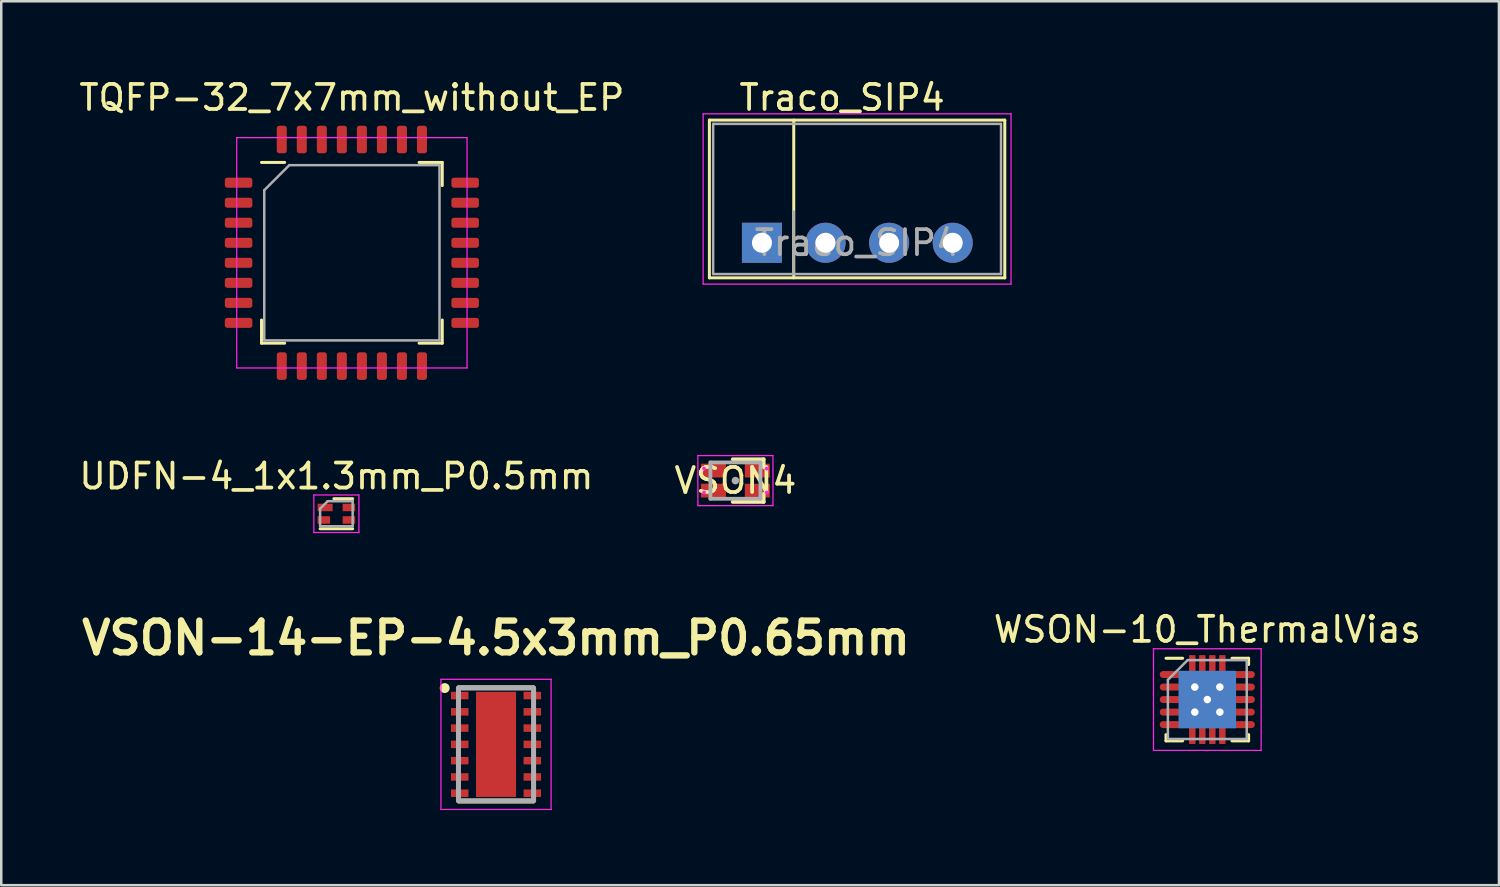
<source format=kicad_pcb>
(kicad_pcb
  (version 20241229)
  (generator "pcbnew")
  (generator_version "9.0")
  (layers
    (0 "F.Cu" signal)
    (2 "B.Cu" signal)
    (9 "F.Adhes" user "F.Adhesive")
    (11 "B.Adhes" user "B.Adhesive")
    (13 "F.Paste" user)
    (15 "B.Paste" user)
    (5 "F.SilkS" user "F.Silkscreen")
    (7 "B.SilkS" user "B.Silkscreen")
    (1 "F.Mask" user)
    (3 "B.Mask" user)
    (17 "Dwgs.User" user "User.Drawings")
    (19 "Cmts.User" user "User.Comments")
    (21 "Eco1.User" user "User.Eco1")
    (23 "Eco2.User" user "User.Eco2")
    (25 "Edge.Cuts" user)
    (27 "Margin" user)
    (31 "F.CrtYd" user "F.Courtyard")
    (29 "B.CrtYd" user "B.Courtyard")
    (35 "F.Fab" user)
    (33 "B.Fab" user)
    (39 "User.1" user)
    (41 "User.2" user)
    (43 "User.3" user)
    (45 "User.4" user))
  (footprint "TQFP-32_7x7mm_without_EP"
    (layer "F.Cu")
    (at 11.006 7.048)
    (property "Reference" "TQFP-32_7x7mm_without_EP" (at 0 -6.2 0) (layer "F.SilkS") (effects (font (size 1 1) (thickness 0.15))))
    (attr smd)
    (fp_line (start -3.61 3.61) (end -3.61 2.685) (stroke (width 0.12) (type solid)) (layer "F.SilkS"))
    (fp_line (start -2.685 -3.61) (end -3.61 -3.61) (stroke (width 0.12) (type solid)) (layer "F.SilkS"))
    (fp_line (start -2.685 3.61) (end -3.61 3.61) (stroke (width 0.12) (type solid)) (layer "F.SilkS"))
    (fp_line (start 2.685 -3.61) (end 3.61 -3.61) (stroke (width 0.12) (type solid)) (layer "F.SilkS"))
    (fp_line (start 2.685 3.61) (end 3.61 3.61) (stroke (width 0.12) (type solid)) (layer "F.SilkS"))
    (fp_line (start 3.61 -3.61) (end 3.61 -2.685) (stroke (width 0.12) (type solid)) (layer "F.SilkS"))
    (fp_line (start 3.61 3.61) (end 3.61 2.685) (stroke (width 0.12) (type solid)) (layer "F.SilkS"))
    (fp_line (start -4.6 -4.6) (end -4.6 4.6) (stroke (width 0.05) (type solid)) (layer "F.CrtYd"))
    (fp_line (start -4.6 4.6) (end 4.6 4.6) (stroke (width 0.05) (type solid)) (layer "F.CrtYd"))
    (fp_line (start 4.6 -4.6) (end -4.6 -4.6) (stroke (width 0.05) (type solid)) (layer "F.CrtYd"))
    (fp_line (start 4.6 4.6) (end 4.6 -4.6) (stroke (width 0.05) (type solid)) (layer "F.CrtYd"))
    (fp_line (start -3.5 -2.5) (end -2.5 -3.5) (stroke (width 0.1) (type solid)) (layer "F.Fab"))
    (fp_line (start -3.5 3.5) (end -3.5 -2.5) (stroke (width 0.1) (type solid)) (layer "F.Fab"))
    (fp_line (start -2.5 -3.5) (end 3.5 -3.5) (stroke (width 0.1) (type solid)) (layer "F.Fab"))
    (fp_line (start 3.5 -3.5) (end 3.5 3.5) (stroke (width 0.1) (type solid)) (layer "F.Fab"))
    (fp_line (start 3.5 3.5) (end -3.5 3.5) (stroke (width 0.1) (type solid)) (layer "F.Fab"))
    (pad "1" smd roundrect (at -4.525 -2.8) (size 1.1 0.4) (layers "F.Cu" "F.Mask" "F.Paste") (roundrect_rratio 0.25))
    (pad "2" smd roundrect (at -4.525 -2) (size 1.1 0.4) (layers "F.Cu" "F.Mask" "F.Paste") (roundrect_rratio 0.25))
    (pad "3" smd roundrect (at -4.525 -1.2) (size 1.1 0.4) (layers "F.Cu" "F.Mask" "F.Paste") (roundrect_rratio 0.25))
    (pad "4" smd roundrect (at -4.525 -0.4) (size 1.1 0.4) (layers "F.Cu" "F.Mask" "F.Paste") (roundrect_rratio 0.25))
    (pad "5" smd roundrect (at -4.525 0.4) (size 1.1 0.4) (layers "F.Cu" "F.Mask" "F.Paste") (roundrect_rratio 0.25))
    (pad "6" smd roundrect (at -4.525 1.2) (size 1.1 0.4) (layers "F.Cu" "F.Mask" "F.Paste") (roundrect_rratio 0.25))
    (pad "7" smd roundrect (at -4.525 2) (size 1.1 0.4) (layers "F.Cu" "F.Mask" "F.Paste") (roundrect_rratio 0.25))
    (pad "8" smd roundrect (at -4.525 2.8) (size 1.1 0.4) (layers "F.Cu" "F.Mask" "F.Paste") (roundrect_rratio 0.25))
    (pad "9" smd roundrect (at -2.8 4.525 90) (size 1.1 0.4) (layers "F.Cu" "F.Mask" "F.Paste") (roundrect_rratio 0.25))
    (pad "10" smd roundrect (at -2 4.525 90) (size 1.1 0.4) (layers "F.Cu" "F.Mask" "F.Paste") (roundrect_rratio 0.25))
    (pad "11" smd roundrect (at -1.2 4.525 90) (size 1.1 0.4) (layers "F.Cu" "F.Mask" "F.Paste") (roundrect_rratio 0.25))
    (pad "12" smd roundrect (at -0.4 4.525 90) (size 1.1 0.4) (layers "F.Cu" "F.Mask" "F.Paste") (roundrect_rratio 0.25))
    (pad "13" smd roundrect (at 0.4 4.525 90) (size 1.1 0.4) (layers "F.Cu" "F.Mask" "F.Paste") (roundrect_rratio 0.25))
    (pad "14" smd roundrect (at 1.2 4.525 90) (size 1.1 0.4) (layers "F.Cu" "F.Mask" "F.Paste") (roundrect_rratio 0.25))
    (pad "15" smd roundrect (at 2 4.525 90) (size 1.1 0.4) (layers "F.Cu" "F.Mask" "F.Paste") (roundrect_rratio 0.25))
    (pad "16" smd roundrect (at 2.8 4.525 90) (size 1.1 0.4) (layers "F.Cu" "F.Mask" "F.Paste") (roundrect_rratio 0.25))
    (pad "17" smd roundrect (at 4.525 2.8) (size 1.1 0.4) (layers "F.Cu" "F.Mask" "F.Paste") (roundrect_rratio 0.25))
    (pad "18" smd roundrect (at 4.525 2) (size 1.1 0.4) (layers "F.Cu" "F.Mask" "F.Paste") (roundrect_rratio 0.25))
    (pad "19" smd roundrect (at 4.525 1.2) (size 1.1 0.4) (layers "F.Cu" "F.Mask" "F.Paste") (roundrect_rratio 0.25))
    (pad "20" smd roundrect (at 4.525 0.4) (size 1.1 0.4) (layers "F.Cu" "F.Mask" "F.Paste") (roundrect_rratio 0.25))
    (pad "21" smd roundrect (at 4.525 -0.4) (size 1.1 0.4) (layers "F.Cu" "F.Mask" "F.Paste") (roundrect_rratio 0.25))
    (pad "22" smd roundrect (at 4.525 -1.2) (size 1.1 0.4) (layers "F.Cu" "F.Mask" "F.Paste") (roundrect_rratio 0.25))
    (pad "23" smd roundrect (at 4.525 -2) (size 1.1 0.4) (layers "F.Cu" "F.Mask" "F.Paste") (roundrect_rratio 0.25))
    (pad "24" smd roundrect (at 4.525 -2.8) (size 1.1 0.4) (layers "F.Cu" "F.Mask" "F.Paste") (roundrect_rratio 0.25))
    (pad "25" smd roundrect (at 2.8 -4.525 90) (size 1.1 0.4) (layers "F.Cu" "F.Mask" "F.Paste") (roundrect_rratio 0.25))
    (pad "26" smd roundrect (at 2 -4.525 90) (size 1.1 0.4) (layers "F.Cu" "F.Mask" "F.Paste") (roundrect_rratio 0.25))
    (pad "27" smd roundrect (at 1.2 -4.525 90) (size 1.1 0.4) (layers "F.Cu" "F.Mask" "F.Paste") (roundrect_rratio 0.25))
    (pad "28" smd roundrect (at 0.4 -4.525 90) (size 1.1 0.4) (layers "F.Cu" "F.Mask" "F.Paste") (roundrect_rratio 0.25))
    (pad "29" smd roundrect (at -0.4 -4.525 90) (size 1.1 0.4) (layers "F.Cu" "F.Mask" "F.Paste") (roundrect_rratio 0.25))
    (pad "30" smd roundrect (at -1.2 -4.525 90) (size 1.1 0.4) (layers "F.Cu" "F.Mask" "F.Paste") (roundrect_rratio 0.25))
    (pad "31" smd roundrect (at -2 -4.525 90) (size 1.1 0.4) (layers "F.Cu" "F.Mask" "F.Paste") (roundrect_rratio 0.25))
    (pad "32" smd roundrect (at -2.8 -4.525 90) (size 1.1 0.4) (layers "F.Cu" "F.Mask" "F.Paste") (roundrect_rratio 0.25)))
  (footprint "VSON4"
    (layer "F.Cu")
    (at 26.327 16.148)
    (property "Reference" "VSON4" (at 0 0 0) (layer "F.SilkS") (effects (font (size 1 1) (thickness 0.15))))
    (attr through_hole)
    (fp_line (start -0.107 0.852) (end 1.127 0.852) (stroke (width 0.152) (type solid)) (layer "F.SilkS"))
    (fp_line (start 1.127 -0.852) (end -0.107 -0.852) (stroke (width 0.152) (type solid)) (layer "F.SilkS"))
    (fp_line (start 1.127 -0.533) (end 1.127 -0.852) (stroke (width 0.152) (type solid)) (layer "F.SilkS"))
    (fp_line (start 1.127 0.852) (end 1.127 0.533) (stroke (width 0.152) (type solid)) (layer "F.SilkS"))
    (fp_line (start -1.5 -1) (end 1.5 -1) (stroke (width 0.05) (type solid)) (layer "F.CrtYd"))
    (fp_line (start -1.5 1) (end -1.5 -1) (stroke (width 0.05) (type solid)) (layer "F.CrtYd"))
    (fp_line (start -1.254 -0.479) (end -1.254 -0.479) (stroke (width 0.152) (type solid)) (layer "F.CrtYd"))
    (fp_line (start -1.254 0.479) (end -1.254 0.479) (stroke (width 0.152) (type solid)) (layer "F.CrtYd"))
    (fp_line (start 1.254 -0.479) (end 1.254 -0.479) (stroke (width 0.152) (type solid)) (layer "F.CrtYd"))
    (fp_line (start 1.254 0.479) (end 1.254 0.479) (stroke (width 0.152) (type solid)) (layer "F.CrtYd"))
    (fp_line (start 1.5 -1) (end 1.5 1) (stroke (width 0.05) (type solid)) (layer "F.CrtYd"))
    (fp_line (start 1.5 1) (end -1.5 1) (stroke (width 0.05) (type solid)) (layer "F.CrtYd"))
    (fp_line (start -1 -0.725) (end -1 0.725) (stroke (width 0.152) (type solid)) (layer "F.Fab"))
    (fp_line (start -1 0.725) (end 1 0.725) (stroke (width 0.152) (type solid)) (layer "F.Fab"))
    (fp_line (start 1 -0.725) (end -1 -0.725) (stroke (width 0.152) (type solid)) (layer "F.Fab"))
    (fp_line (start 1 0.725) (end 1 -0.725) (stroke (width 0.152) (type solid)) (layer "F.Fab"))
    (fp_circle (center 0 0) (end 0 0) (stroke (width 0.152) (type solid)) (fill no) (layer "F.Fab"))
    (pad "1" smd rect (at -0.875 -0.4) (size 1 0.55) (layers "F.Cu" "F.Mask" "F.Paste"))
    (pad "2" smd rect (at -0.875 0.4) (size 1 0.55) (layers "F.Cu" "F.Mask" "F.Paste"))
    (pad "3" smd rect (at 0.875 0.4) (size 1 0.55) (layers "F.Cu" "F.Mask" "F.Paste"))
    (pad "4" smd rect (at 0.875 -0.4) (size 1 0.55) (layers "F.Cu" "F.Mask" "F.Paste")))
  (footprint "WSON-10_ThermalVias"
    (layer "F.Cu")
    (at 45.177 24.895)
    (property "Reference" "WSON-10_ThermalVias" (at 0 -2.8 0) (layer "F.SilkS") (effects (font (size 1 1) (thickness 0.15))))
    (attr smd)
    (fp_line (start -1.65 -1.65) (end -0.985 -1.65) (stroke (width 0.12) (type solid)) (layer "F.SilkS"))
    (fp_line (start -1.65 1.65) (end -1.65 1.4) (stroke (width 0.12) (type solid)) (layer "F.SilkS"))
    (fp_line (start -1.65 1.65) (end -0.985 1.65) (stroke (width 0.12) (type solid)) (layer "F.SilkS"))
    (fp_line (start 0.985 -1.65) (end 1.65 -1.65) (stroke (width 0.12) (type solid)) (layer "F.SilkS"))
    (fp_line (start 0.985 1.65) (end 1.65 1.65) (stroke (width 0.12) (type solid)) (layer "F.SilkS"))
    (fp_line (start 1.65 -1.4) (end 1.65 -1.65) (stroke (width 0.12) (type solid)) (layer "F.SilkS"))
    (fp_line (start 1.65 1.4) (end 1.65 1.65) (stroke (width 0.12) (type solid)) (layer "F.SilkS"))
    (fp_line (start -2.15 -2.03) (end -2.15 2.03) (stroke (width 0.05) (type solid)) (layer "F.CrtYd"))
    (fp_line (start -2.15 -2.03) (end 2.15 -2.03) (stroke (width 0.05) (type solid)) (layer "F.CrtYd"))
    (fp_line (start -2.15 2.03) (end 2.15 2.03) (stroke (width 0.05) (type solid)) (layer "F.CrtYd"))
    (fp_line (start 2.15 -2.03) (end 2.15 2.03) (stroke (width 0.05) (type solid)) (layer "F.CrtYd"))
    (fp_line (start -1.575 1.575) (end -1.575 -0.787) (stroke (width 0.1) (type solid)) (layer "F.Fab"))
    (fp_line (start -0.787 -1.575) (end -1.575 -0.787) (stroke (width 0.1) (type solid)) (layer "F.Fab"))
    (fp_line (start -0.787 -1.575) (end 1.575 -1.575) (stroke (width 0.1) (type solid)) (layer "F.Fab"))
    (fp_line (start 1.575 -1.575) (end 1.575 1.575) (stroke (width 0.1) (type solid)) (layer "F.Fab"))
    (fp_line (start 1.575 1.575) (end -1.575 1.575) (stroke (width 0.1) (type solid)) (layer "F.Fab"))
    (pad "1" smd oval (at -1.475 -1) (size 0.85 0.28) (layers "F.Cu" "F.Mask" "F.Paste"))
    (pad "2" smd oval (at -1.475 -0.5) (size 0.85 0.28) (layers "F.Cu" "F.Mask" "F.Paste"))
    (pad "3" smd oval (at -1.475 0) (size 0.85 0.28) (layers "F.Cu" "F.Mask" "F.Paste"))
    (pad "4" smd oval (at -1.475 0.5) (size 0.85 0.28) (layers "F.Cu" "F.Mask" "F.Paste"))
    (pad "5" smd oval (at -1.475 1) (size 0.85 0.28) (layers "F.Cu" "F.Mask" "F.Paste"))
    (pad "6" smd oval (at 1.475 1) (size 0.85 0.28) (layers "F.Cu" "F.Mask" "F.Paste"))
    (pad "7" smd oval (at 1.475 0.5) (size 0.85 0.28) (layers "F.Cu" "F.Mask" "F.Paste"))
    (pad "8" smd oval (at 1.475 0) (size 0.85 0.28) (layers "F.Cu" "F.Mask" "F.Paste"))
    (pad "9" smd oval (at 1.475 -0.5) (size 0.85 0.28) (layers "F.Cu" "F.Mask" "F.Paste"))
    (pad "10" smd oval (at 1.475 -1) (size 0.85 0.28) (layers "F.Cu" "F.Mask" "F.Paste"))
    (pad "EP" smd rect (at -0.6 -1.425) (size 0.23 0.6) (layers "F.Cu" "F.Mask" "F.Paste"))
    (pad "EP" smd rect (at -0.6 -1.425) (size 0.25 0.7) (layers "F.Cu" "F.Mask" "F.Paste"))
    (pad "EP" smd rect (at -0.6 1.425) (size 0.23 0.6) (layers "F.Cu" "F.Mask" "F.Paste"))
    (pad "EP" smd rect (at -0.6 1.425) (size 0.25 0.7) (layers "F.Cu" "F.Mask" "F.Paste"))
    (pad "EP" thru_hole circle (at -0.5 -0.5) (size 0.6 0.6) (drill 0.3) (layers "*.Cu" "*.Mask"))
    (pad "EP" thru_hole circle (at -0.5 0.5) (size 0.6 0.6) (drill 0.3) (layers "*.Cu" "*.Mask"))
    (pad "EP" smd rect (at -0.435 -0.56) (size 0.65 0.9) (layers "F.Cu" "F.Mask" "F.Paste"))
    (pad "EP" smd rect (at -0.435 0.56) (size 0.65 0.9) (layers "F.Cu" "F.Mask" "F.Paste"))
    (pad "EP" smd rect (at -0.2 -1.425) (size 0.23 0.6) (layers "F.Cu" "F.Mask" "F.Paste"))
    (pad "EP" smd rect (at -0.2 -1.425) (size 0.25 0.7) (layers "F.Cu" "F.Mask" "F.Paste"))
    (pad "EP" smd rect (at -0.2 1.425) (size 0.23 0.6) (layers "F.Cu" "F.Mask" "F.Paste"))
    (pad "EP" smd rect (at -0.2 1.425) (size 0.25 0.7) (layers "F.Cu" "F.Mask" "F.Paste"))
    (pad "EP" smd rect (at -0.001 0) (size 2.3 2.3) (layers "B.Cu"))
    (pad "EP" thru_hole circle (at 0 0) (size 0.6 0.6) (drill 0.3) (layers "*.Cu" "*.Mask"))
    (pad "EP" smd rect (at 0 0) (size 1.7 2.15) (layers "F.Cu" "F.Mask"))
    (pad "EP" smd rect (at 0.2 -1.425) (size 0.23 0.6) (layers "F.Cu" "F.Mask" "F.Paste"))
    (pad "EP" smd rect (at 0.2 -1.425) (size 0.25 0.7) (layers "F.Cu" "F.Mask" "F.Paste"))
    (pad "EP" smd rect (at 0.2 1.425) (size 0.23 0.6) (layers "F.Cu" "F.Mask" "F.Paste"))
    (pad "EP" smd rect (at 0.2 1.425) (size 0.25 0.7) (layers "F.Cu" "F.Mask" "F.Paste"))
    (pad "EP" smd rect (at 0.435 -0.56) (size 0.65 0.9) (layers "F.Cu" "F.Mask" "F.Paste"))
    (pad "EP" smd rect (at 0.435 0.56) (size 0.65 0.9) (layers "F.Cu" "F.Mask" "F.Paste"))
    (pad "EP" thru_hole circle (at 0.5 -0.5) (size 0.6 0.6) (drill 0.3) (layers "*.Cu" "*.Mask"))
    (pad "EP" thru_hole circle (at 0.5 0.5) (size 0.6 0.6) (drill 0.3) (layers "*.Cu" "*.Mask"))
    (pad "EP" smd rect (at 0.6 -1.425) (size 0.23 0.6) (layers "F.Cu" "F.Mask" "F.Paste"))
    (pad "EP" smd rect (at 0.6 -1.425) (size 0.25 0.7) (layers "F.Cu" "F.Mask" "F.Paste"))
    (pad "EP" smd rect (at 0.6 1.425) (size 0.23 0.6) (layers "F.Cu" "F.Mask" "F.Paste"))
    (pad "EP" smd rect (at 0.6 1.425) (size 0.25 0.7) (layers "F.Cu" "F.Mask" "F.Paste")))
  (footprint "VSON-14-EP-4.5x3mm_P0.65mm"
    (layer "F.Cu")
    (at 16.764 26.685)
    (property "Reference" "VSON-14-EP-4.5x3mm_P0.65mm" (at 0 -4.25 0) (layer "F.SilkS") (effects (font (size 1.27 1.27) (thickness 0.254))))
    (attr smd)
    (fp_line (start -1.5 -2.3) (end 1.5 -2.3) (stroke (width 0.12) (type solid)) (layer "F.SilkS"))
    (fp_line (start -1.5 2.3) (end 1.5 2.3) (stroke (width 0.12) (type solid)) (layer "F.SilkS"))
    (fp_circle (center -2.05 -2.25) (end -1.95 -2.25) (stroke (width 0.2) (type solid)) (fill no) (layer "F.SilkS"))
    (fp_line (start -2.2 -2.6) (end 2.2 -2.6) (stroke (width 0.05) (type solid)) (layer "F.CrtYd"))
    (fp_line (start -2.2 2.6) (end -2.2 -2.6) (stroke (width 0.05) (type solid)) (layer "F.CrtYd"))
    (fp_line (start 2.2 -2.6) (end 2.2 2.6) (stroke (width 0.05) (type solid)) (layer "F.CrtYd"))
    (fp_line (start 2.2 2.6) (end -2.2 2.6) (stroke (width 0.05) (type solid)) (layer "F.CrtYd"))
    (fp_line (start -1.5 -2.25) (end 1.5 -2.25) (stroke (width 0.2) (type solid)) (layer "F.Fab"))
    (fp_line (start -1.5 2.25) (end -1.5 -2.25) (stroke (width 0.2) (type solid)) (layer "F.Fab"))
    (fp_line (start 1.5 -2.25) (end 1.5 2.25) (stroke (width 0.2) (type solid)) (layer "F.Fab"))
    (fp_line (start 1.5 2.25) (end -1.5 2.25) (stroke (width 0.2) (type solid)) (layer "F.Fab"))
    (pad "1" smd rect (at -1.45 -1.95 90) (size 0.3 0.7) (layers "F.Cu" "F.Mask" "F.Paste"))
    (pad "2" smd rect (at -1.45 -1.3 90) (size 0.3 0.7) (layers "F.Cu" "F.Mask" "F.Paste"))
    (pad "3" smd rect (at -1.45 -0.65 90) (size 0.3 0.7) (layers "F.Cu" "F.Mask" "F.Paste"))
    (pad "4" smd rect (at -1.45 0 90) (size 0.3 0.7) (layers "F.Cu" "F.Mask" "F.Paste"))
    (pad "5" smd rect (at -1.45 0.65 90) (size 0.3 0.7) (layers "F.Cu" "F.Mask" "F.Paste"))
    (pad "6" smd rect (at -1.45 1.3 90) (size 0.3 0.7) (layers "F.Cu" "F.Mask" "F.Paste"))
    (pad "7" smd rect (at -1.45 1.95 90) (size 0.3 0.7) (layers "F.Cu" "F.Mask" "F.Paste"))
    (pad "8" smd rect (at 1.45 1.95 90) (size 0.3 0.7) (layers "F.Cu" "F.Mask" "F.Paste"))
    (pad "9" smd rect (at 1.45 1.3 90) (size 0.3 0.7) (layers "F.Cu" "F.Mask" "F.Paste"))
    (pad "10" smd rect (at 1.45 0.65 90) (size 0.3 0.7) (layers "F.Cu" "F.Mask" "F.Paste"))
    (pad "11" smd rect (at 1.45 0 90) (size 0.3 0.7) (layers "F.Cu" "F.Mask" "F.Paste"))
    (pad "12" smd rect (at 1.45 -0.65 90) (size 0.3 0.7) (layers "F.Cu" "F.Mask" "F.Paste"))
    (pad "13" smd rect (at 1.45 -1.3 90) (size 0.3 0.7) (layers "F.Cu" "F.Mask" "F.Paste"))
    (pad "14" smd rect (at 1.45 -1.95 90) (size 0.3 0.7) (layers "F.Cu" "F.Mask" "F.Paste"))
    (pad "EP" smd rect (at 0 0) (size 1.6 4.2) (layers "F.Cu" "F.Mask" "F.Paste")))
  (footprint "UDFN-4_1x1.3mm_P0.5mm"
    (layer "F.Cu")
    (at 10.387 17.471)
    (property "Reference" "UDFN-4_1x1.3mm_P0.5mm" (at 0 -1.5 0) (layer "F.SilkS") (effects (font (size 1 1) (thickness 0.15))))
    (attr smd)
    (fp_line (start 0.65 -0.6) (end -0.1 -0.6) (stroke (width 0.12) (type solid)) (layer "F.SilkS"))
    (fp_line (start 0.65 0.6) (end -0.65 0.6) (stroke (width 0.12) (type solid)) (layer "F.SilkS"))
    (fp_line (start -0.9 -0.75) (end 0.9 -0.75) (stroke (width 0.05) (type solid)) (layer "F.CrtYd"))
    (fp_line (start -0.9 0.75) (end -0.9 -0.75) (stroke (width 0.05) (type solid)) (layer "F.CrtYd"))
    (fp_line (start 0.9 -0.75) (end 0.9 0.75) (stroke (width 0.05) (type solid)) (layer "F.CrtYd"))
    (fp_line (start 0.9 0.75) (end -0.9 0.75) (stroke (width 0.05) (type solid)) (layer "F.CrtYd"))
    (fp_line (start -0.65 0.5) (end -0.65 -0.2) (stroke (width 0.1) (type solid)) (layer "F.Fab"))
    (fp_line (start -0.35 -0.5) (end -0.65 -0.2) (stroke (width 0.1) (type solid)) (layer "F.Fab"))
    (fp_line (start -0.35 -0.5) (end 0.65 -0.5) (stroke (width 0.1) (type solid)) (layer "F.Fab"))
    (fp_line (start 0.65 -0.5) (end 0.65 0.5) (stroke (width 0.1) (type solid)) (layer "F.Fab"))
    (fp_line (start 0.65 0.5) (end -0.65 0.5) (stroke (width 0.1) (type solid)) (layer "F.Fab"))
    (pad "1" smd rect (at -0.45 -0.25) (size 0.6 0.3) (layers "F.Cu" "F.Mask" "F.Paste"))
    (pad "2" smd rect (at -0.5 0.25) (size 0.5 0.3) (layers "F.Cu" "F.Mask" "F.Paste"))
    (pad "3" smd rect (at 0.5 0.25) (size 0.5 0.3) (layers "F.Cu" "F.Mask" "F.Paste"))
    (pad "4" smd rect (at 0.5 -0.25) (size 0.5 0.3) (layers "F.Cu" "F.Mask" "F.Paste")))
  (footprint "Traco_SIP4"
    (layer "F.Cu")
    (at 27.387 6.648)
    (property "Reference" "Traco_SIP4" (at 3.2 -5.8 0) (layer "F.SilkS") (effects (font (size 1 1) (thickness 0.15))))
    (attr through_hole)
    (fp_line (start -2.1 -4.9) (end -2.1 1.4) (stroke (width 0.12) (type solid)) (layer "F.SilkS"))
    (fp_line (start -2.1 1.4) (end 9.7 1.4) (stroke (width 0.12) (type solid)) (layer "F.SilkS"))
    (fp_line (start 1.27 -4.9) (end 1.27 1.4) (stroke (width 0.12) (type solid)) (layer "F.SilkS"))
    (fp_line (start 9.7 -4.9) (end -2.1 -4.9) (stroke (width 0.12) (type solid)) (layer "F.SilkS"))
    (fp_line (start 9.7 1.4) (end 9.7 -4.9) (stroke (width 0.12) (type solid)) (layer "F.SilkS"))
    (fp_line (start -2.35 -5.15) (end -2.35 1.65) (stroke (width 0.05) (type solid)) (layer "F.CrtYd"))
    (fp_line (start -2.35 1.65) (end 9.95 1.65) (stroke (width 0.05) (type solid)) (layer "F.CrtYd"))
    (fp_line (start 9.95 -5.15) (end -2.35 -5.15) (stroke (width 0.05) (type solid)) (layer "F.CrtYd"))
    (fp_line (start 9.95 1.65) (end 9.95 -5.15) (stroke (width 0.05) (type solid)) (layer "F.CrtYd"))
    (fp_line (start -1.95 -4.75) (end -1.95 1.25) (stroke (width 0.1) (type solid)) (layer "F.Fab"))
    (fp_line (start -1.95 1.25) (end 9.55 1.25) (stroke (width 0.1) (type solid)) (layer "F.Fab"))
    (fp_line (start 1.27 -1.25) (end 1.27 1.25) (stroke (width 0.1) (type solid)) (layer "F.Fab"))
    (fp_line (start 9.55 -4.75) (end -1.95 -4.75) (stroke (width 0.1) (type solid)) (layer "F.Fab"))
    (fp_line (start 9.55 1.25) (end 9.55 -4.75) (stroke (width 0.1) (type solid)) (layer "F.Fab"))
    (fp_text user "${REFERENCE}" (at 3.81 0 0) (layer "F.Fab") (effects (font (size 1 1) (thickness 0.15))))
    (pad "1" thru_hole rect (at 0 0) (size 1.6 1.6) (drill 0.8) (layers "*.Cu" "*.Mask"))
    (pad "2" thru_hole oval (at 2.54 0) (size 1.6 1.6) (drill 0.8) (layers "*.Cu" "*.Mask"))
    (pad "3" thru_hole oval (at 5.08 0) (size 1.6 1.6) (drill 0.8) (layers "*.Cu" "*.Mask"))
    (pad "4" thru_hole oval (at 7.62 0) (size 1.6 1.6) (drill 0.8) (layers "*.Cu" "*.Mask")))
  (gr_rect
    (start -3 -3)
    (end 56.826 32.31)
    (stroke (width 0.1) (type default))
    (fill no)
    (layer "Edge.Cuts")))
</source>
